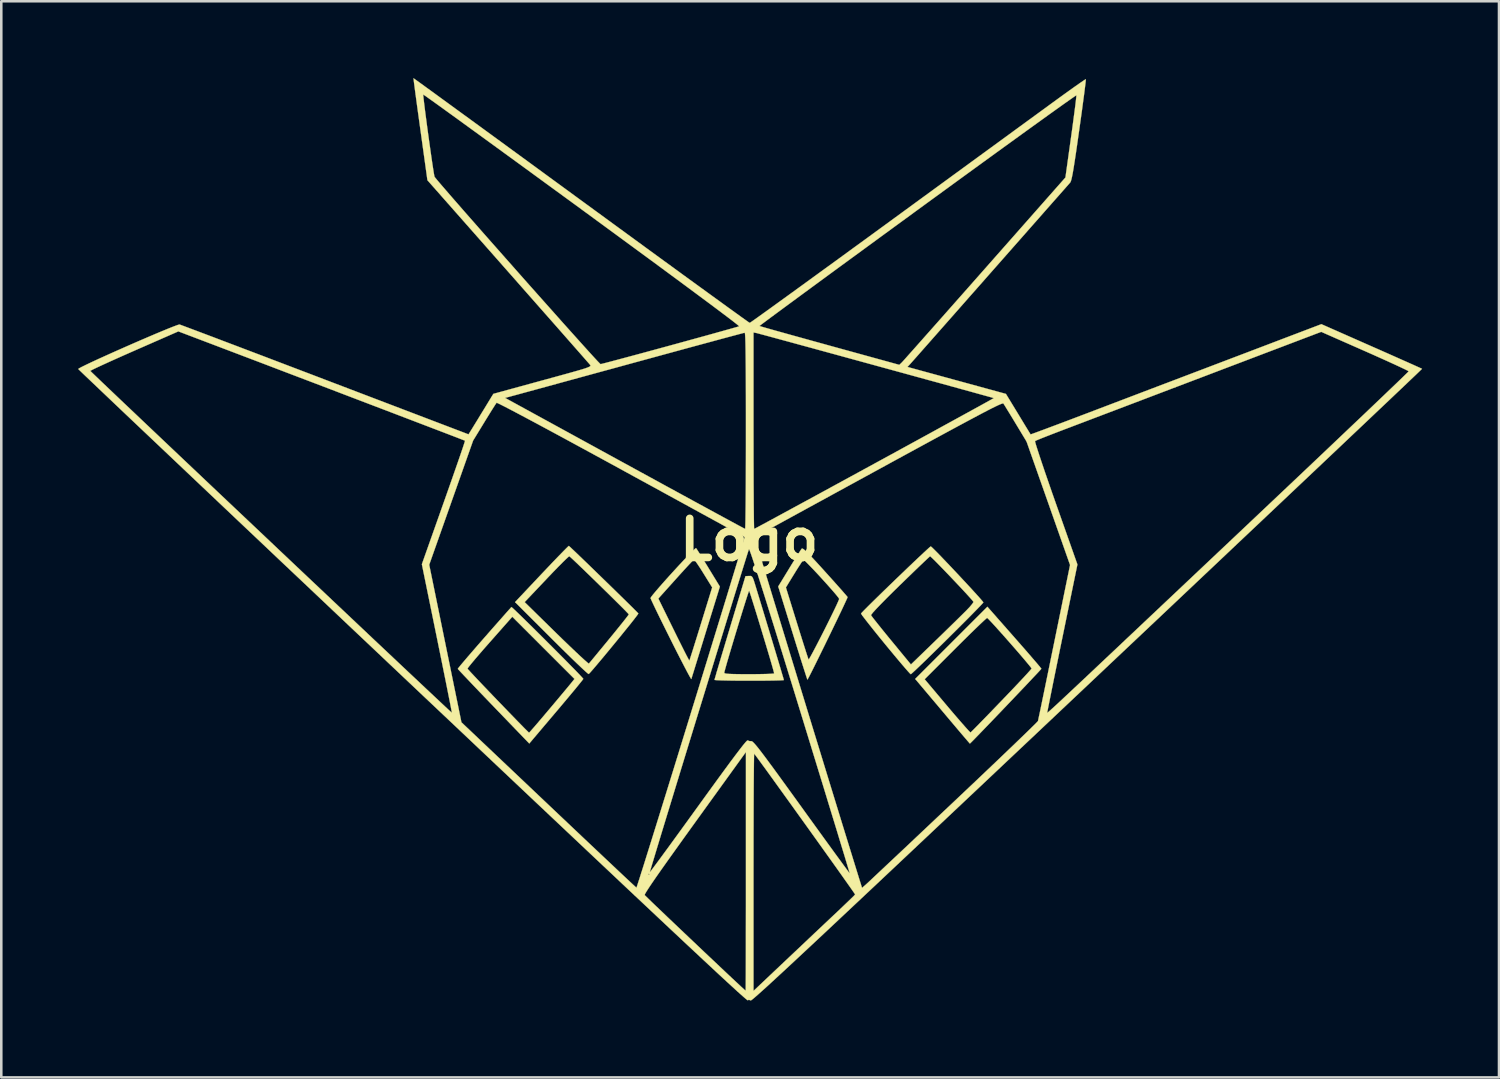
<source format=kicad_pcb>
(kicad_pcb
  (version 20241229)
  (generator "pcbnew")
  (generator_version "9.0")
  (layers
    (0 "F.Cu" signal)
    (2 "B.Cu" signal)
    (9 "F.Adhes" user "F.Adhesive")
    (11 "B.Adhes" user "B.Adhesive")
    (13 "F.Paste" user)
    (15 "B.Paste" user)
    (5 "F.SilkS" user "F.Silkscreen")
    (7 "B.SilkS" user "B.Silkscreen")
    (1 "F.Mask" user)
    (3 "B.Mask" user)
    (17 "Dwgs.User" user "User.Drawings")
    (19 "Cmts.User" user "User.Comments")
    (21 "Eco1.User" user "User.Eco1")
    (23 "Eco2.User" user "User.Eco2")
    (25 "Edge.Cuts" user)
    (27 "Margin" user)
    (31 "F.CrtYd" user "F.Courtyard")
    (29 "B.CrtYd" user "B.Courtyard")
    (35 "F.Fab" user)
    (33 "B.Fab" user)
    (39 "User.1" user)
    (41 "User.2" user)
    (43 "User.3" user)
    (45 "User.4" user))
  (footprint "Logo"
    (layer "F.Cu")
    (at 26.204 18.027)
    (property "Reference" "Logo" (at 0 0 0) (layer "F.SilkS") (effects (font (size 1.524 1.524) (thickness 0.3))))
    (attr through_hole)
    (fp_poly (pts (xy -2.043 0.37) (xy -1.975 0.476) (xy -1.878 0.632) (xy -1.758 0.826) (xy -1.622 1.046) (xy -1.593 1.095) (xy -1.144 1.829) (xy -1.695 3.613) (xy -1.81 3.987) (xy -1.917 4.335) (xy -2.015 4.65) (xy -2.1 4.925) (xy -2.169 5.149) (xy -2.221 5.315) (xy -2.251 5.414) (xy -2.259 5.44) (xy -2.281 5.412) (xy -2.335 5.317) (xy -2.42 5.161) (xy -2.53 4.951) (xy -2.662 4.696) (xy -2.812 4.404) (xy -2.975 4.081) (xy -3.063 3.905) (xy -3.232 3.566) (xy -3.389 3.249) (xy -3.53 2.963) (xy -3.65 2.716) (xy -3.745 2.516) (xy -3.813 2.371) (xy -3.845 2.295) (xy -3.547 2.295) (xy -2.948 3.513) (xy -2.803 3.808) (xy -2.669 4.076) (xy -2.552 4.31) (xy -2.456 4.499) (xy -2.385 4.634) (xy -2.344 4.708) (xy -2.337 4.719) (xy -2.321 4.678) (xy -2.284 4.564) (xy -2.228 4.389) (xy -2.156 4.16) (xy -2.071 3.887) (xy -1.975 3.579) (xy -1.884 3.285) (xy -1.445 1.861) (xy -1.786 1.31) (xy -1.905 1.12) (xy -2.011 0.961) (xy -2.093 0.843) (xy -2.145 0.779) (xy -2.158 0.771) (xy -2.193 0.804) (xy -2.277 0.893) (xy -2.401 1.026) (xy -2.557 1.196) (xy -2.737 1.394) (xy -2.867 1.539) (xy -3.547 2.295) (xy -3.845 2.295) (xy -3.848 2.29) (xy -3.852 2.276) (xy -3.825 2.229) (xy -3.749 2.132) (xy -3.633 1.993) (xy -3.485 1.822) (xy -3.314 1.628) (xy -3.127 1.419) (xy -2.933 1.206) (xy -2.74 0.996) (xy -2.557 0.8) (xy -2.392 0.626) (xy -2.253 0.483) (xy -2.149 0.381) (xy -2.087 0.329) (xy -2.075 0.324) (xy -2.043 0.37)) (stroke (width 0.01) (type solid)) (fill yes) (layer "F.SilkS"))
    (fp_poly (pts (xy -9.252 2.651) (xy -9.168 2.729) (xy -9.038 2.853) (xy -8.87 3.016) (xy -8.672 3.21) (xy -8.449 3.429) (xy -8.21 3.666) (xy -7.962 3.914) (xy -7.711 4.164) (xy -7.465 4.411) (xy -7.231 4.646) (xy -7.017 4.864) (xy -6.828 5.056) (xy -6.673 5.216) (xy -6.559 5.337) (xy -6.492 5.411) (xy -6.477 5.431) (xy -6.503 5.47) (xy -6.579 5.566) (xy -6.697 5.712) (xy -6.853 5.901) (xy -7.04 6.125) (xy -7.252 6.378) (xy -7.483 6.653) (xy -7.532 6.71) (xy -8.587 7.956) (xy -9.977 6.513) (xy -10.257 6.222) (xy -10.519 5.949) (xy -10.756 5.701) (xy -10.963 5.483) (xy -11.135 5.302) (xy -11.265 5.164) (xy -11.348 5.075) (xy -11.378 5.041) (xy -11.372 5.033) (xy -10.999 5.033) (xy -10.967 5.071) (xy -10.884 5.162) (xy -10.758 5.297) (xy -10.596 5.469) (xy -10.406 5.669) (xy -10.195 5.89) (xy -9.97 6.125) (xy -9.74 6.364) (xy -9.512 6.6) (xy -9.293 6.827) (xy -9.092 7.034) (xy -8.914 7.216) (xy -8.769 7.364) (xy -8.663 7.469) (xy -8.604 7.526) (xy -8.595 7.533) (xy -8.563 7.501) (xy -8.484 7.412) (xy -8.364 7.275) (xy -8.212 7.097) (xy -8.033 6.887) (xy -7.835 6.652) (xy -7.789 6.598) (xy -7.583 6.353) (xy -7.391 6.124) (xy -7.22 5.92) (xy -7.079 5.751) (xy -6.976 5.626) (xy -6.918 5.555) (xy -6.914 5.55) (xy -6.821 5.434) (xy -8.036 4.22) (xy -9.25 3.006) (xy -10.131 4.002) (xy -10.347 4.248) (xy -10.543 4.474) (xy -10.712 4.671) (xy -10.848 4.834) (xy -10.944 4.953) (xy -10.994 5.021) (xy -10.999 5.033) (xy -11.372 5.033) (xy -11.353 5.004) (xy -11.277 4.91) (xy -11.155 4.765) (xy -10.993 4.574) (xy -10.794 4.344) (xy -10.566 4.081) (xy -10.312 3.791) (xy -10.039 3.479) (xy -9.75 3.152) (xy -9.453 2.815) (xy -9.285 2.627) (xy -9.252 2.651)) (stroke (width 0.01) (type solid)) (fill yes) (layer "F.SilkS"))
    (fp_poly (pts (xy 2.122 0.366) (xy 2.193 0.424) (xy 2.295 0.523) (xy 2.434 0.667) (xy 2.615 0.861) (xy 2.844 1.112) (xy 2.967 1.249) (xy 3.183 1.488) (xy 3.38 1.708) (xy 3.551 1.9) (xy 3.689 2.057) (xy 3.786 2.169) (xy 3.837 2.23) (xy 3.843 2.238) (xy 3.827 2.281) (xy 3.778 2.389) (xy 3.702 2.554) (xy 3.602 2.766) (xy 3.483 3.014) (xy 3.35 3.291) (xy 3.208 3.585) (xy 3.061 3.888) (xy 2.914 4.19) (xy 2.771 4.48) (xy 2.638 4.751) (xy 2.519 4.991) (xy 2.418 5.192) (xy 2.341 5.343) (xy 2.291 5.436) (xy 2.275 5.461) (xy 2.259 5.422) (xy 2.222 5.31) (xy 2.165 5.133) (xy 2.09 4.9) (xy 2.001 4.618) (xy 1.9 4.295) (xy 1.789 3.94) (xy 1.697 3.642) (xy 1.146 1.861) (xy 1.434 1.861) (xy 1.864 3.248) (xy 1.966 3.576) (xy 2.061 3.879) (xy 2.146 4.147) (xy 2.217 4.37) (xy 2.272 4.539) (xy 2.307 4.644) (xy 2.319 4.676) (xy 2.342 4.649) (xy 2.397 4.556) (xy 2.477 4.409) (xy 2.578 4.218) (xy 2.694 3.995) (xy 2.82 3.749) (xy 2.95 3.493) (xy 3.078 3.237) (xy 3.199 2.991) (xy 3.308 2.768) (xy 3.4 2.576) (xy 3.467 2.428) (xy 3.506 2.335) (xy 3.514 2.308) (xy 3.487 2.263) (xy 3.412 2.168) (xy 3.298 2.033) (xy 3.156 1.871) (xy 2.994 1.69) (xy 2.823 1.501) (xy 2.651 1.314) (xy 2.488 1.141) (xy 2.343 0.991) (xy 2.227 0.874) (xy 2.149 0.801) (xy 2.118 0.782) (xy 2.084 0.825) (xy 2.015 0.926) (xy 1.92 1.073) (xy 1.808 1.252) (xy 1.758 1.333) (xy 1.434 1.861) (xy 1.146 1.861) (xy 1.134 1.824) (xy 1.568 1.113) (xy 1.704 0.89) (xy 1.828 0.691) (xy 1.933 0.526) (xy 2.009 0.408) (xy 2.05 0.349) (xy 2.052 0.347) (xy 2.077 0.342) (xy 2.122 0.366)) (stroke (width 0.01) (type solid)) (fill yes) (layer "F.SilkS"))
    (fp_poly (pts (xy 0.098 1.428) (xy 0.134 1.474) (xy 0.172 1.564) (xy 0.22 1.714) (xy 0.251 1.815) (xy 0.359 2.17) (xy 0.473 2.544) (xy 0.59 2.929) (xy 0.707 3.316) (xy 0.823 3.697) (xy 0.933 4.062) (xy 1.036 4.404) (xy 1.129 4.713) (xy 1.209 4.981) (xy 1.274 5.201) (xy 1.322 5.362) (xy 1.349 5.456) (xy 1.355 5.478) (xy 1.314 5.484) (xy 1.199 5.49) (xy 1.019 5.495) (xy 0.784 5.499) (xy 0.505 5.502) (xy 0.191 5.503) (xy 0 5.503) (xy -0.329 5.502) (xy -0.629 5.5) (xy -0.89 5.495) (xy -1.103 5.49) (xy -1.256 5.483) (xy -1.341 5.476) (xy -1.354 5.472) (xy -1.343 5.426) (xy -1.308 5.307) (xy -1.276 5.196) (xy -0.974 5.196) (xy -0.955 5.214) (xy -0.892 5.228) (xy -0.776 5.238) (xy -0.602 5.244) (xy -0.359 5.248) (xy -0.041 5.249) (xy 0 5.249) (xy 0.277 5.248) (xy 0.524 5.244) (xy 0.728 5.239) (xy 0.878 5.231) (xy 0.962 5.223) (xy 0.975 5.218) (xy 0.964 5.167) (xy 0.932 5.048) (xy 0.881 4.87) (xy 0.815 4.643) (xy 0.737 4.38) (xy 0.65 4.089) (xy 0.557 3.782) (xy 0.463 3.469) (xy 0.369 3.16) (xy 0.279 2.867) (xy 0.196 2.599) (xy 0.123 2.367) (xy 0.065 2.182) (xy 0.022 2.054) (xy 0.000095 1.994) (xy -0.002 1.99) (xy -0.019 2.029) (xy -0.056 2.138) (xy -0.111 2.308) (xy -0.18 2.527) (xy -0.261 2.785) (xy -0.349 3.072) (xy -0.442 3.376) (xy -0.537 3.688) (xy -0.63 3.997) (xy -0.718 4.292) (xy -0.798 4.562) (xy -0.867 4.798) (xy -0.921 4.989) (xy -0.958 5.124) (xy -0.974 5.192) (xy -0.974 5.196) (xy -1.276 5.196) (xy -1.255 5.123) (xy -1.183 4.881) (xy -1.097 4.59) (xy -0.997 4.257) (xy -0.887 3.891) (xy -0.769 3.498) (xy -0.749 3.43) (xy -0.144 1.421) (xy -0.009 1.414) (xy 0.053 1.413) (xy 0.098 1.428)) (stroke (width 0.01) (type solid)) (fill yes) (layer "F.SilkS"))
    (fp_poly (pts (xy 10.355 3.811) (xy 10.592 4.081) (xy 10.811 4.331) (xy 11.004 4.554) (xy 11.167 4.743) (xy 11.293 4.891) (xy 11.375 4.991) (xy 11.408 5.035) (xy 11.409 5.037) (xy 11.381 5.07) (xy 11.301 5.158) (xy 11.176 5.291) (xy 11.013 5.464) (xy 10.82 5.669) (xy 10.602 5.898) (xy 10.368 6.144) (xy 10.123 6.401) (xy 9.876 6.66) (xy 9.632 6.915) (xy 9.399 7.158) (xy 9.184 7.381) (xy 8.994 7.578) (xy 8.835 7.742) (xy 8.715 7.865) (xy 8.64 7.939) (xy 8.618 7.959) (xy 8.59 7.927) (xy 8.514 7.839) (xy 8.395 7.7) (xy 8.24 7.518) (xy 8.056 7.3) (xy 7.848 7.054) (xy 7.639 6.806) (xy 7.41 6.534) (xy 7.195 6.279) (xy 7.001 6.049) (xy 6.835 5.852) (xy 6.703 5.696) (xy 6.614 5.589) (xy 6.575 5.544) (xy 6.493 5.446) (xy 6.852 5.446) (xy 7.733 6.491) (xy 7.947 6.744) (xy 8.144 6.973) (xy 8.318 7.173) (xy 8.461 7.335) (xy 8.567 7.452) (xy 8.63 7.515) (xy 8.643 7.525) (xy 8.678 7.493) (xy 8.765 7.407) (xy 8.898 7.272) (xy 9.07 7.096) (xy 9.276 6.885) (xy 9.507 6.646) (xy 9.759 6.384) (xy 9.85 6.29) (xy 10.107 6.022) (xy 10.345 5.773) (xy 10.557 5.548) (xy 10.737 5.356) (xy 10.879 5.201) (xy 10.977 5.092) (xy 11.024 5.035) (xy 11.028 5.029) (xy 11.001 4.987) (xy 10.926 4.892) (xy 10.81 4.753) (xy 10.664 4.58) (xy 10.494 4.382) (xy 10.309 4.17) (xy 10.117 3.951) (xy 9.928 3.737) (xy 9.748 3.536) (xy 9.587 3.357) (xy 9.453 3.212) (xy 9.355 3.108) (xy 9.299 3.056) (xy 9.292 3.051) (xy 9.254 3.079) (xy 9.162 3.162) (xy 9.025 3.291) (xy 8.847 3.462) (xy 8.636 3.667) (xy 8.399 3.901) (xy 8.142 4.156) (xy 8.051 4.247) (xy 6.852 5.446) (xy 6.493 5.446) (xy 6.482 5.434) (xy 7.892 4.025) (xy 9.302 2.615) (xy 10.355 3.811)) (stroke (width 0.01) (type solid)) (fill yes) (layer "F.SilkS"))
    (fp_poly (pts (xy -7.008 0.269) (xy -6.92 0.351) (xy -6.787 0.477) (xy -6.616 0.641) (xy -6.414 0.835) (xy -6.19 1.052) (xy -5.95 1.285) (xy -5.702 1.526) (xy -5.453 1.768) (xy -5.212 2.003) (xy -4.985 2.225) (xy -4.78 2.426) (xy -4.604 2.599) (xy -4.466 2.737) (xy -4.371 2.832) (xy -4.329 2.876) (xy -4.328 2.879) (xy -4.35 2.917) (xy -4.421 3.011) (xy -4.53 3.152) (xy -4.672 3.331) (xy -4.84 3.538) (xy -5.024 3.766) (xy -5.22 4.005) (xy -5.418 4.246) (xy -5.611 4.48) (xy -5.793 4.698) (xy -5.956 4.891) (xy -6.092 5.051) (xy -6.194 5.168) (xy -6.256 5.233) (xy -6.268 5.243) (xy -6.306 5.217) (xy -6.398 5.137) (xy -6.537 5.008) (xy -6.718 4.836) (xy -6.934 4.628) (xy -7.18 4.388) (xy -7.449 4.123) (xy -7.727 3.846) (xy -9.142 2.434) (xy -8.768 2.434) (xy -7.528 3.65) (xy -7.26 3.911) (xy -7.011 4.151) (xy -6.786 4.365) (xy -6.593 4.546) (xy -6.438 4.688) (xy -6.327 4.786) (xy -6.267 4.832) (xy -6.259 4.835) (xy -6.225 4.796) (xy -6.145 4.699) (xy -6.026 4.555) (xy -5.874 4.37) (xy -5.696 4.155) (xy -5.5 3.917) (xy -5.465 3.873) (xy -5.268 3.633) (xy -5.09 3.413) (xy -4.937 3.223) (xy -4.817 3.071) (xy -4.736 2.966) (xy -4.701 2.916) (xy -4.7 2.914) (xy -4.729 2.879) (xy -4.811 2.794) (xy -4.937 2.665) (xy -5.101 2.502) (xy -5.294 2.311) (xy -5.507 2.101) (xy -5.733 1.88) (xy -5.963 1.655) (xy -6.19 1.434) (xy -6.405 1.226) (xy -6.6 1.038) (xy -6.768 0.877) (xy -6.9 0.753) (xy -6.989 0.672) (xy -7.024 0.644) (xy -7.062 0.67) (xy -7.149 0.751) (xy -7.279 0.878) (xy -7.445 1.045) (xy -7.638 1.243) (xy -7.851 1.466) (xy -7.914 1.533) (xy -8.768 2.434) (xy -9.142 2.434) (xy -8.104 1.333) (xy -7.864 1.08) (xy -7.643 0.847) (xy -7.446 0.643) (xy -7.281 0.473) (xy -7.154 0.344) (xy -7.072 0.264) (xy -7.042 0.239) (xy -7.008 0.269)) (stroke (width 0.01) (type solid)) (fill yes) (layer "F.SilkS"))
    (fp_poly (pts (xy 7.129 0.289) (xy 7.217 0.374) (xy 7.346 0.503) (xy 7.507 0.669) (xy 7.693 0.864) (xy 7.896 1.077) (xy 8.107 1.301) (xy 8.318 1.527) (xy 8.522 1.746) (xy 8.71 1.95) (xy 8.874 2.13) (xy 9.006 2.277) (xy 9.098 2.384) (xy 9.142 2.44) (xy 9.144 2.446) (xy 9.115 2.484) (xy 9.032 2.573) (xy 8.903 2.707) (xy 8.735 2.879) (xy 8.536 3.081) (xy 8.312 3.305) (xy 8.07 3.546) (xy 7.819 3.795) (xy 7.566 4.046) (xy 7.316 4.291) (xy 7.079 4.523) (xy 6.861 4.736) (xy 6.669 4.92) (xy 6.511 5.071) (xy 6.394 5.18) (xy 6.325 5.24) (xy 6.31 5.249) (xy 6.274 5.218) (xy 6.192 5.128) (xy 6.069 4.987) (xy 5.911 4.802) (xy 5.726 4.582) (xy 5.518 4.332) (xy 5.312 4.082) (xy 5.092 3.812) (xy 4.89 3.562) (xy 4.713 3.339) (xy 4.566 3.153) (xy 4.456 3.009) (xy 4.41 2.946) (xy 4.758 2.946) (xy 4.79 2.992) (xy 4.868 3.094) (xy 4.987 3.244) (xy 5.138 3.433) (xy 5.315 3.652) (xy 5.511 3.892) (xy 5.548 3.936) (xy 6.316 4.87) (xy 7.275 3.941) (xy 7.526 3.698) (xy 7.77 3.46) (xy 7.998 3.237) (xy 8.199 3.04) (xy 8.362 2.879) (xy 8.478 2.763) (xy 8.503 2.738) (xy 8.621 2.613) (xy 8.708 2.508) (xy 8.754 2.439) (xy 8.757 2.423) (xy 8.723 2.377) (xy 8.64 2.282) (xy 8.517 2.146) (xy 8.364 1.98) (xy 8.188 1.792) (xy 7.999 1.592) (xy 7.807 1.39) (xy 7.619 1.194) (xy 7.444 1.014) (xy 7.293 0.86) (xy 7.173 0.741) (xy 7.093 0.666) (xy 7.064 0.644) (xy 7.027 0.676) (xy 6.936 0.76) (xy 6.799 0.89) (xy 6.621 1.059) (xy 6.411 1.262) (xy 6.174 1.491) (xy 5.918 1.74) (xy 5.883 1.773) (xy 5.596 2.055) (xy 5.343 2.307) (xy 5.129 2.525) (xy 4.959 2.702) (xy 4.838 2.835) (xy 4.771 2.919) (xy 4.758 2.946) (xy 4.41 2.946) (xy 4.388 2.916) (xy 4.368 2.881) (xy 4.402 2.841) (xy 4.49 2.75) (xy 4.623 2.616) (xy 4.794 2.447) (xy 4.996 2.249) (xy 5.221 2.029) (xy 5.462 1.796) (xy 5.711 1.555) (xy 5.961 1.316) (xy 6.203 1.083) (xy 6.431 0.866) (xy 6.637 0.671) (xy 6.813 0.506) (xy 6.953 0.377) (xy 7.047 0.292) (xy 7.09 0.259) (xy 7.091 0.258) (xy 7.129 0.289)) (stroke (width 0.01) (type solid)) (fill yes) (layer "F.SilkS"))
    (fp_poly (pts (xy -13.073 -17.998) (xy -12.973 -17.927) (xy -12.812 -17.811) (xy -12.592 -17.651) (xy -12.317 -17.452) (xy -11.991 -17.214) (xy -11.616 -16.941) (xy -11.196 -16.635) (xy -10.734 -16.299) (xy -10.234 -15.934) (xy -9.698 -15.543) (xy -9.13 -15.128) (xy -8.534 -14.693) (xy -7.913 -14.239) (xy -7.27 -13.769) (xy -6.608 -13.285) (xy -6.56 -13.25) (xy -5.896 -12.765) (xy -5.25 -12.293) (xy -4.626 -11.838) (xy -4.027 -11.4) (xy -3.456 -10.984) (xy -2.916 -10.591) (xy -2.411 -10.223) (xy -1.944 -9.884) (xy -1.518 -9.575) (xy -1.137 -9.299) (xy -0.805 -9.058) (xy -0.523 -8.855) (xy -0.297 -8.692) (xy -0.128 -8.572) (xy -0.021 -8.496) (xy 0.021 -8.469) (xy 0.021 -8.468) (xy 0.06 -8.493) (xy 0.163 -8.565) (xy 0.327 -8.681) (xy 0.548 -8.84) (xy 0.823 -9.037) (xy 1.148 -9.272) (xy 1.519 -9.54) (xy 1.933 -9.84) (xy 2.385 -10.168) (xy 2.873 -10.523) (xy 3.393 -10.9) (xy 3.94 -11.299) (xy 4.512 -11.715) (xy 5.104 -12.147) (xy 5.461 -12.407) (xy 6.085 -12.863) (xy 6.703 -13.314) (xy 7.31 -13.757) (xy 7.903 -14.19) (xy 8.476 -14.608) (xy 9.024 -15.008) (xy 9.543 -15.386) (xy 10.028 -15.74) (xy 10.474 -16.066) (xy 10.877 -16.36) (xy 11.231 -16.618) (xy 11.533 -16.838) (xy 11.776 -17.016) (xy 11.958 -17.148) (xy 11.993 -17.174) (xy 12.265 -17.371) (xy 12.514 -17.55) (xy 12.733 -17.706) (xy 12.913 -17.832) (xy 13.047 -17.924) (xy 13.127 -17.975) (xy 13.146 -17.983) (xy 13.144 -17.939) (xy 13.131 -17.819) (xy 13.108 -17.632) (xy 13.077 -17.386) (xy 13.037 -17.089) (xy 12.992 -16.75) (xy 12.94 -16.377) (xy 12.887 -15.999) (xy 12.819 -15.52) (xy 12.761 -15.118) (xy 12.711 -14.788) (xy 12.669 -14.522) (xy 12.634 -14.316) (xy 12.603 -14.161) (xy 12.577 -14.053) (xy 12.555 -13.984) (xy 12.535 -13.949) (xy 12.497 -13.906) (xy 12.407 -13.804) (xy 12.269 -13.647) (xy 12.086 -13.439) (xy 11.861 -13.185) (xy 11.599 -12.888) (xy 11.304 -12.552) (xy 10.978 -12.183) (xy 10.627 -11.784) (xy 10.252 -11.359) (xy 9.859 -10.913) (xy 9.451 -10.45) (xy 9.419 -10.414) (xy 9.01 -9.949) (xy 8.614 -9.501) (xy 8.237 -9.073) (xy 7.882 -8.67) (xy 7.552 -8.296) (xy 7.252 -7.956) (xy 6.986 -7.654) (xy 6.756 -7.394) (xy 6.567 -7.179) (xy 6.422 -7.016) (xy 6.325 -6.907) (xy 6.281 -6.857) (xy 6.28 -6.856) (xy 6.181 -6.748) (xy 10.026 -5.696) (xy 10.503 -4.912) (xy 10.643 -4.681) (xy 10.767 -4.476) (xy 10.87 -4.308) (xy 10.944 -4.186) (xy 10.983 -4.122) (xy 10.988 -4.115) (xy 11.028 -4.127) (xy 11.14 -4.167) (xy 11.316 -4.232) (xy 11.551 -4.319) (xy 11.836 -4.426) (xy 12.165 -4.549) (xy 12.53 -4.687) (xy 12.925 -4.837) (xy 13.213 -4.946) (xy 13.707 -5.134) (xy 14.243 -5.338) (xy 14.803 -5.551) (xy 15.37 -5.767) (xy 15.927 -5.979) (xy 16.455 -6.179) (xy 16.936 -6.362) (xy 17.293 -6.498) (xy 17.749 -6.671) (xy 18.248 -6.861) (xy 18.769 -7.059) (xy 19.293 -7.258) (xy 19.8 -7.451) (xy 20.271 -7.63) (xy 20.685 -7.788) (xy 20.75 -7.813) (xy 22.344 -8.419) (xy 24.302 -7.554) (xy 24.684 -7.386) (xy 25.042 -7.227) (xy 25.368 -7.082) (xy 25.656 -6.954) (xy 25.897 -6.847) (xy 26.085 -6.762) (xy 26.212 -6.705) (xy 26.271 -6.677) (xy 26.274 -6.676) (xy 26.244 -6.646) (xy 26.155 -6.56) (xy 26.009 -6.42) (xy 25.806 -6.227) (xy 25.551 -5.984) (xy 25.243 -5.692) (xy 24.886 -5.353) (xy 24.481 -4.97) (xy 24.031 -4.543) (xy 23.537 -4.076) (xy 23.002 -3.569) (xy 22.427 -3.025) (xy 21.814 -2.445) (xy 21.165 -1.832) (xy 20.483 -1.187) (xy 19.77 -0.513) (xy 19.026 0.189) (xy 18.256 0.918) (xy 17.459 1.67) (xy 16.639 2.445) (xy 15.797 3.24) (xy 14.936 4.053) (xy 14.056 4.883) (xy 13.204 5.688) (xy 12.105 6.725) (xy 11.066 7.706) (xy 10.085 8.631) (xy 9.162 9.502) (xy 8.294 10.32) (xy 7.479 11.088) (xy 6.717 11.806) (xy 6.006 12.476) (xy 5.343 13.1) (xy 4.729 13.678) (xy 4.16 14.212) (xy 3.636 14.704) (xy 3.156 15.155) (xy 2.716 15.567) (xy 2.317 15.94) (xy 1.956 16.277) (xy 1.632 16.579) (xy 1.343 16.847) (xy 1.088 17.082) (xy 0.866 17.287) (xy 0.674 17.463) (xy 0.511 17.61) (xy 0.376 17.731) (xy 0.267 17.827) (xy 0.183 17.9) (xy 0.121 17.95) (xy 0.082 17.979) (xy 0.062 17.989) (xy 0.06 17.988) (xy -0.014 17.962) (xy -0.054 17.983) (xy -0.073 17.973) (xy -0.123 17.934) (xy -0.204 17.864) (xy -0.318 17.763) (xy -0.467 17.63) (xy -0.65 17.462) (xy -0.871 17.26) (xy -1.129 17.021) (xy -1.426 16.745) (xy -1.764 16.43) (xy -2.144 16.075) (xy -2.566 15.68) (xy -3.033 15.242) (xy -3.545 14.761) (xy -4.104 14.235) (xy -4.49 13.872) (xy -4.081 13.872) (xy -4.08 13.874) (xy -4.045 13.91) (xy -3.955 13.998) (xy -3.817 14.132) (xy -3.637 14.305) (xy -3.42 14.511) (xy -3.175 14.746) (xy -2.905 15.002) (xy -2.619 15.274) (xy -2.322 15.556) (xy -2.02 15.842) (xy -1.721 16.126) (xy -1.429 16.401) (xy -1.152 16.663) (xy -0.896 16.905) (xy -0.666 17.121) (xy -0.47 17.304) (xy -0.314 17.45) (xy -0.203 17.552) (xy -0.145 17.605) (xy -0.138 17.611) (xy -0.136 17.569) (xy -0.135 17.448) (xy -0.134 17.254) (xy -0.132 16.991) (xy -0.131 16.665) (xy -0.13 16.281) (xy -0.129 15.845) (xy -0.129 15.362) (xy -0.128 14.838) (xy -0.127 14.278) (xy -0.127 13.687) (xy -0.127 13.07) (xy -0.127 12.971) (xy 0.169 12.971) (xy 0.169 17.617) (xy 1.238 16.605) (xy 1.545 16.315) (xy 1.882 15.997) (xy 2.231 15.667) (xy 2.574 15.342) (xy 2.895 15.04) (xy 3.175 14.776) (xy 3.217 14.736) (xy 3.448 14.519) (xy 3.658 14.319) (xy 3.839 14.146) (xy 3.984 14.006) (xy 4.085 13.907) (xy 4.134 13.855) (xy 4.137 13.851) (xy 4.114 13.814) (xy 4.046 13.715) (xy 3.938 13.56) (xy 3.793 13.356) (xy 3.618 13.107) (xy 3.415 12.822) (xy 3.19 12.506) (xy 2.946 12.165) (xy 2.69 11.806) (xy 2.425 11.436) (xy 2.155 11.059) (xy 1.885 10.684) (xy 1.621 10.315) (xy 1.365 9.96) (xy 1.123 9.624) (xy 0.9 9.314) (xy 0.699 9.036) (xy 0.525 8.797) (xy 0.384 8.603) (xy 0.278 8.46) (xy 0.214 8.374) (xy 0.196 8.352) (xy 0.192 8.39) (xy 0.189 8.507) (xy 0.186 8.698) (xy 0.183 8.958) (xy 0.18 9.281) (xy 0.177 9.661) (xy 0.175 10.094) (xy 0.173 10.575) (xy 0.172 11.096) (xy 0.17 11.655) (xy 0.17 12.244) (xy 0.169 12.859) (xy 0.169 12.971) (xy -0.127 12.971) (xy -0.127 12.949) (xy -0.127 8.288) (xy -2.122 11.052) (xy -2.519 11.603) (xy -2.866 12.088) (xy -3.167 12.509) (xy -3.422 12.869) (xy -3.633 13.17) (xy -3.801 13.415) (xy -3.928 13.605) (xy -4.016 13.743) (xy -4.067 13.831) (xy -4.081 13.872) (xy -4.49 13.872) (xy -4.712 13.664) (xy -5.368 13.045) (xy -6.075 12.379) (xy -6.834 11.663) (xy -7.646 10.897) (xy -8.513 10.079) (xy -9.435 9.208) (xy -10.414 8.283) (xy -11.451 7.302) (xy -12.548 6.266) (xy -13.145 5.701) (xy -14.038 4.857) (xy -14.914 4.028) (xy -15.774 3.216) (xy -16.613 2.421) (xy -17.431 1.647) (xy -18.226 0.896) (xy -18.994 0.168) (xy -19.735 -0.533) (xy -20.447 -1.207) (xy -21.127 -1.851) (xy -21.773 -2.463) (xy -22.383 -3.041) (xy -22.956 -3.584) (xy -23.489 -4.089) (xy -23.981 -4.555) (xy -24.429 -4.98) (xy -24.831 -5.362) (xy -25.185 -5.699) (xy -25.49 -5.989) (xy -25.743 -6.23) (xy -25.943 -6.42) (xy -26.086 -6.558) (xy -26.124 -6.594) (xy -25.727 -6.594) (xy -25.696 -6.562) (xy -25.607 -6.476) (xy -25.462 -6.337) (xy -25.267 -6.15) (xy -25.023 -5.918) (xy -24.734 -5.643) (xy -24.404 -5.329) (xy -24.035 -4.98) (xy -23.632 -4.597) (xy -23.196 -4.184) (xy -22.733 -3.745) (xy -22.244 -3.282) (xy -21.734 -2.799) (xy -21.206 -2.299) (xy -20.662 -1.784) (xy -20.107 -1.259) (xy -19.543 -0.726) (xy -18.974 -0.188) (xy -18.404 0.352) (xy -17.835 0.89) (xy -17.271 1.423) (xy -16.715 1.948) (xy -16.17 2.463) (xy -15.64 2.963) (xy -15.129 3.446) (xy -14.639 3.909) (xy -14.173 4.348) (xy -13.736 4.76) (xy -13.33 5.143) (xy -12.958 5.492) (xy -12.625 5.806) (xy -12.333 6.08) (xy -12.086 6.312) (xy -11.887 6.499) (xy -11.739 6.637) (xy -11.645 6.723) (xy -11.61 6.755) (xy -11.609 6.755) (xy -11.616 6.713) (xy -11.638 6.594) (xy -11.674 6.406) (xy -11.724 6.155) (xy -11.785 5.848) (xy -11.856 5.491) (xy -11.937 5.092) (xy -12.025 4.656) (xy -12.12 4.191) (xy -12.189 3.85) (xy -12.777 0.975) (xy -12.494 0.975) (xy -11.865 4.051) (xy -11.236 7.127) (xy -7.83 10.355) (xy -7.378 10.783) (xy -6.943 11.195) (xy -6.529 11.587) (xy -6.14 11.954) (xy -5.78 12.294) (xy -5.453 12.602) (xy -5.163 12.876) (xy -4.914 13.11) (xy -4.709 13.302) (xy -4.553 13.447) (xy -4.45 13.543) (xy -4.404 13.584) (xy -4.402 13.586) (xy -4.387 13.546) (xy -4.349 13.43) (xy -4.288 13.241) (xy -4.231 13.06) (xy -3.937 13.06) (xy -3.916 13.081) (xy -3.895 13.06) (xy -3.916 13.039) (xy -3.937 13.06) (xy -4.231 13.06) (xy -4.207 12.984) (xy -4.206 12.982) (xy -3.881 12.982) (xy -3.854 12.951) (xy -3.782 12.857) (xy -3.668 12.704) (xy -3.516 12.499) (xy -3.33 12.245) (xy -3.113 11.949) (xy -2.871 11.616) (xy -2.606 11.251) (xy -2.322 10.859) (xy -2.023 10.446) (xy -1.987 10.396) (xy -1.604 9.866) (xy -1.268 9.403) (xy -0.977 9.005) (xy -0.73 8.669) (xy -0.524 8.394) (xy -0.358 8.176) (xy -0.231 8.013) (xy -0.14 7.904) (xy -0.083 7.845) (xy -0.061 7.834) (xy 0.019 7.863) (xy 0.084 7.864) (xy 0.108 7.87) (xy 0.142 7.894) (xy 0.191 7.942) (xy 0.258 8.017) (xy 0.345 8.123) (xy 0.456 8.266) (xy 0.595 8.449) (xy 0.764 8.677) (xy 0.968 8.953) (xy 1.208 9.283) (xy 1.489 9.671) (xy 1.814 10.12) (xy 2.047 10.443) (xy 2.346 10.858) (xy 2.631 11.252) (xy 2.897 11.62) (xy 3.141 11.956) (xy 3.359 12.256) (xy 3.548 12.514) (xy 3.702 12.725) (xy 3.819 12.884) (xy 3.894 12.985) (xy 3.925 13.022) (xy 3.925 13.022) (xy 3.914 12.982) (xy 3.879 12.864) (xy 3.822 12.674) (xy 3.745 12.416) (xy 3.647 12.095) (xy 3.531 11.715) (xy 3.399 11.279) (xy 3.25 10.793) (xy 3.087 10.26) (xy 2.912 9.686) (xy 2.724 9.074) (xy 2.526 8.429) (xy 2.319 7.754) (xy 2.105 7.055) (xy 1.98 6.649) (xy 1.691 5.709) (xy 1.425 4.848) (xy 1.183 4.066) (xy 0.965 3.362) (xy 0.769 2.736) (xy 0.597 2.185) (xy 0.446 1.709) (xy 0.318 1.306) (xy 0.211 0.977) (xy 0.126 0.719) (xy 0.062 0.532) (xy 0.018 0.415) (xy -0.005 0.366) (xy -0.008 0.366) (xy -0.028 0.423) (xy -0.07 0.554) (xy -0.133 0.755) (xy -0.216 1.02) (xy -0.316 1.343) (xy -0.433 1.72) (xy -0.565 2.144) (xy -0.709 2.612) (xy -0.865 3.116) (xy -1.03 3.653) (xy -1.204 4.217) (xy -1.384 4.802) (xy -1.569 5.404) (xy -1.757 6.016) (xy -1.947 6.634) (xy -2.137 7.252) (xy -2.325 7.866) (xy -2.51 8.469) (xy -2.69 9.057) (xy -2.863 9.623) (xy -3.028 10.164) (xy -3.184 10.673) (xy -3.328 11.145) (xy -3.459 11.575) (xy -3.575 11.958) (xy -3.675 12.289) (xy -3.757 12.561) (xy -3.82 12.77) (xy -3.861 12.91) (xy -3.88 12.977) (xy -3.881 12.982) (xy -4.206 12.982) (xy -4.105 12.663) (xy -3.986 12.281) (xy -3.849 11.844) (xy -3.696 11.354) (xy -3.529 10.817) (xy -3.349 10.237) (xy -3.157 9.617) (xy -2.954 8.963) (xy -2.742 8.277) (xy -2.522 7.564) (xy -2.295 6.829) (xy -2.271 6.749) (xy -2.043 6.011) (xy -1.823 5.296) (xy -1.611 4.607) (xy -1.409 3.948) (xy -1.217 3.323) (xy -1.037 2.737) (xy -0.871 2.195) (xy -0.72 1.699) (xy -0.584 1.254) (xy -0.466 0.865) (xy -0.366 0.535) (xy -0.286 0.27) (xy -0.226 0.072) (xy -0.189 -0.054) (xy -0.177 -0.102) (xy 0.216 -0.102) (xy 0.227 -0.061) (xy 0.261 0.056) (xy 0.317 0.244) (xy 0.393 0.497) (xy 0.488 0.811) (xy 0.6 1.182) (xy 0.728 1.602) (xy 0.87 2.069) (xy 1.025 2.577) (xy 1.19 3.12) (xy 1.365 3.693) (xy 1.548 4.293) (xy 1.738 4.913) (xy 1.932 5.548) (xy 2.13 6.195) (xy 2.329 6.846) (xy 2.529 7.499) (xy 2.728 8.146) (xy 2.924 8.785) (xy 3.115 9.408) (xy 3.301 10.012) (xy 3.479 10.592) (xy 3.648 11.142) (xy 3.807 11.657) (xy 3.954 12.132) (xy 4.087 12.563) (xy 4.205 12.944) (xy 4.284 13.2) (xy 4.407 13.594) (xy 4.56 13.46) (xy 4.611 13.413) (xy 4.72 13.312) (xy 4.881 13.16) (xy 5.091 12.963) (xy 5.346 12.723) (xy 5.641 12.446) (xy 5.973 12.134) (xy 6.336 11.792) (xy 6.726 11.423) (xy 7.14 11.033) (xy 7.573 10.624) (xy 7.985 10.236) (xy 8.429 9.816) (xy 8.856 9.412) (xy 9.261 9.027) (xy 9.641 8.666) (xy 9.991 8.331) (xy 10.308 8.028) (xy 10.587 7.759) (xy 10.825 7.529) (xy 11.016 7.342) (xy 11.159 7.202) (xy 11.247 7.112) (xy 11.278 7.076) (xy 11.289 7.024) (xy 11.316 6.896) (xy 11.358 6.698) (xy 11.412 6.437) (xy 11.477 6.121) (xy 11.553 5.755) (xy 11.637 5.346) (xy 11.728 4.902) (xy 11.825 4.428) (xy 11.914 3.995) (xy 12.53 0.985) (xy 11.682 -1.423) (xy 10.833 -3.831) (xy 10.82 -3.854) (xy 11.162 -3.854) (xy 11.17 -3.809) (xy 11.203 -3.692) (xy 11.261 -3.508) (xy 11.34 -3.266) (xy 11.438 -2.973) (xy 11.552 -2.635) (xy 11.682 -2.259) (xy 11.823 -1.852) (xy 11.972 -1.428) (xy 12.817 0.965) (xy 12.231 3.816) (xy 12.132 4.296) (xy 12.039 4.752) (xy 11.952 5.178) (xy 11.873 5.566) (xy 11.804 5.909) (xy 11.745 6.202) (xy 11.698 6.436) (xy 11.665 6.605) (xy 11.646 6.703) (xy 11.643 6.724) (xy 11.641 6.732) (xy 11.638 6.741) (xy 11.636 6.749) (xy 11.637 6.754) (xy 11.643 6.752) (xy 11.657 6.744) (xy 11.681 6.725) (xy 11.717 6.695) (xy 11.767 6.651) (xy 11.834 6.59) (xy 11.92 6.512) (xy 12.028 6.413) (xy 12.158 6.292) (xy 12.314 6.146) (xy 12.499 5.973) (xy 12.713 5.772) (xy 12.96 5.54) (xy 13.242 5.275) (xy 13.56 4.975) (xy 13.918 4.637) (xy 14.318 4.261) (xy 14.761 3.842) (xy 15.25 3.381) (xy 15.788 2.873) (xy 16.376 2.318) (xy 17.017 1.713) (xy 17.713 1.056) (xy 18.467 0.344) (xy 19.177 -0.326) (xy 19.809 -0.923) (xy 20.424 -1.505) (xy 21.02 -2.068) (xy 21.594 -2.611) (xy 22.143 -3.131) (xy 22.664 -3.625) (xy 23.154 -4.091) (xy 23.611 -4.525) (xy 24.032 -4.924) (xy 24.413 -5.288) (xy 24.753 -5.612) (xy 25.047 -5.894) (xy 25.295 -6.131) (xy 25.491 -6.32) (xy 25.635 -6.46) (xy 25.723 -6.547) (xy 25.752 -6.579) (xy 25.713 -6.603) (xy 25.604 -6.658) (xy 25.433 -6.739) (xy 25.209 -6.843) (xy 24.938 -6.967) (xy 24.629 -7.106) (xy 24.29 -7.258) (xy 24.041 -7.368) (xy 22.338 -8.119) (xy 22.08 -8.022) (xy 22.006 -7.993) (xy 21.857 -7.937) (xy 21.641 -7.855) (xy 21.363 -7.749) (xy 21.028 -7.622) (xy 20.642 -7.475) (xy 20.211 -7.312) (xy 19.741 -7.133) (xy 19.237 -6.941) (xy 18.704 -6.739) (xy 18.15 -6.528) (xy 17.738 -6.371) (xy 17.145 -6.146) (xy 16.552 -5.921) (xy 15.969 -5.699) (xy 15.401 -5.483) (xy 14.856 -5.276) (xy 14.343 -5.081) (xy 13.868 -4.901) (xy 13.439 -4.738) (xy 13.063 -4.595) (xy 12.749 -4.476) (xy 12.503 -4.382) (xy 12.425 -4.353) (xy 12.12 -4.237) (xy 11.84 -4.129) (xy 11.596 -4.034) (xy 11.397 -3.955) (xy 11.253 -3.896) (xy 11.174 -3.861) (xy 11.162 -3.854) (xy 10.82 -3.854) (xy 10.404 -4.543) (xy 10.269 -4.767) (xy 10.146 -4.968) (xy 10.043 -5.135) (xy 9.969 -5.256) (xy 9.929 -5.317) (xy 9.927 -5.32) (xy 9.912 -5.324) (xy 9.878 -5.318) (xy 9.823 -5.298) (xy 9.741 -5.263) (xy 9.631 -5.211) (xy 9.488 -5.141) (xy 9.308 -5.049) (xy 9.089 -4.935) (xy 8.826 -4.795) (xy 8.516 -4.63) (xy 8.155 -4.436) (xy 7.74 -4.212) (xy 7.268 -3.956) (xy 6.733 -3.665) (xy 6.134 -3.339) (xy 5.466 -2.975) (xy 5.057 -2.751) (xy 4.464 -2.427) (xy 3.892 -2.115) (xy 3.345 -1.816) (xy 2.828 -1.533) (xy 2.344 -1.269) (xy 1.898 -1.025) (xy 1.496 -0.805) (xy 1.14 -0.61) (xy 0.835 -0.443) (xy 0.586 -0.306) (xy 0.398 -0.203) (xy 0.274 -0.134) (xy 0.218 -0.103) (xy 0.216 -0.102) (xy -0.177 -0.102) (xy -0.176 -0.104) (xy -0.176 -0.104) (xy -0.214 -0.126) (xy -0.322 -0.186) (xy -0.496 -0.281) (xy -0.731 -0.41) (xy -1.022 -0.57) (xy -1.366 -0.759) (xy -1.758 -0.973) (xy -2.194 -1.212) (xy -2.668 -1.472) (xy -3.178 -1.751) (xy -3.718 -2.047) (xy -4.284 -2.356) (xy -4.872 -2.678) (xy -5.008 -2.753) (xy -5.651 -3.104) (xy -6.261 -3.436) (xy -6.837 -3.749) (xy -7.373 -4.04) (xy -7.868 -4.307) (xy -8.316 -4.548) (xy -8.715 -4.761) (xy -9.06 -4.944) (xy -9.349 -5.096) (xy -9.577 -5.214) (xy -9.741 -5.297) (xy -9.838 -5.342) (xy -9.863 -5.351) (xy -9.896 -5.304) (xy -9.965 -5.197) (xy -10.064 -5.041) (xy -10.184 -4.847) (xy -10.319 -4.628) (xy -10.34 -4.593) (xy -10.78 -3.873) (xy -11.637 -1.449) (xy -12.494 0.975) (xy -12.777 0.975) (xy -12.781 0.955) (xy -11.93 -1.449) (xy -11.778 -1.879) (xy -11.635 -2.286) (xy -11.504 -2.661) (xy -11.387 -2.997) (xy -11.286 -3.289) (xy -11.204 -3.529) (xy -11.144 -3.71) (xy -11.107 -3.826) (xy -11.096 -3.868) (xy -11.096 -3.868) (xy -11.136 -3.885) (xy -11.251 -3.929) (xy -11.433 -4) (xy -11.679 -4.094) (xy -11.983 -4.211) (xy -12.339 -4.347) (xy -12.742 -4.501) (xy -13.187 -4.671) (xy -13.669 -4.855) (xy -14.181 -5.051) (xy -14.72 -5.256) (xy -15.278 -5.469) (xy -15.852 -5.688) (xy -16.435 -5.911) (xy -17.023 -6.135) (xy -17.61 -6.358) (xy -18.191 -6.579) (xy -18.759 -6.796) (xy -19.311 -7.006) (xy -19.841 -7.207) (xy -20.343 -7.398) (xy -20.812 -7.576) (xy -21.231 -7.735) (xy -22.29 -8.137) (xy -24.014 -7.381) (xy -24.37 -7.224) (xy -24.702 -7.076) (xy -25 -6.942) (xy -25.258 -6.824) (xy -25.467 -6.727) (xy -25.619 -6.654) (xy -25.708 -6.608) (xy -25.727 -6.594) (xy -26.124 -6.594) (xy -26.172 -6.641) (xy -26.199 -6.668) (xy -26.165 -6.694) (xy -26.062 -6.75) (xy -25.899 -6.83) (xy -25.685 -6.932) (xy -25.428 -7.051) (xy -25.137 -7.183) (xy -24.822 -7.325) (xy -24.49 -7.472) (xy -24.152 -7.621) (xy -23.815 -7.768) (xy -23.489 -7.908) (xy -23.182 -8.039) (xy -22.904 -8.155) (xy -22.663 -8.254) (xy -22.468 -8.331) (xy -22.328 -8.383) (xy -22.252 -8.405) (xy -22.243 -8.405) (xy -22.194 -8.388) (xy -22.07 -8.342) (xy -21.876 -8.269) (xy -21.617 -8.172) (xy -21.297 -8.051) (xy -20.92 -7.909) (xy -20.492 -7.746) (xy -20.016 -7.566) (xy -19.498 -7.369) (xy -18.941 -7.158) (xy -18.351 -6.933) (xy -17.731 -6.697) (xy -17.087 -6.452) (xy -16.558 -6.25) (xy -10.959 -4.116) (xy -10.863 -4.27) (xy -10.809 -4.357) (xy -10.721 -4.501) (xy -10.607 -4.686) (xy -10.479 -4.897) (xy -10.378 -5.061) (xy -10.086 -5.54) (xy -9.533 -5.54) (xy -4.862 -2.983) (xy -4.279 -2.664) (xy -3.716 -2.357) (xy -3.179 -2.063) (xy -2.67 -1.786) (xy -2.196 -1.527) (xy -1.76 -1.29) (xy -1.367 -1.076) (xy -1.021 -0.888) (xy -0.727 -0.729) (xy -0.49 -0.6) (xy -0.313 -0.505) (xy -0.201 -0.446) (xy -0.159 -0.425) (xy -0.159 -0.425) (xy -0.154 -0.466) (xy -0.15 -0.586) (xy -0.145 -0.778) (xy -0.142 -1.038) (xy -0.138 -1.358) (xy -0.135 -1.733) (xy -0.132 -2.157) (xy -0.13 -2.624) (xy -0.128 -3.128) (xy -0.127 -3.663) (xy -0.127 -4.224) (xy -0.127 -4.255) (xy -0.127 -4.26) (xy 0.169 -4.26) (xy 0.17 -3.698) (xy 0.17 -3.161) (xy 0.172 -2.654) (xy 0.173 -2.185) (xy 0.176 -1.758) (xy 0.178 -1.379) (xy 0.181 -1.055) (xy 0.184 -0.792) (xy 0.188 -0.594) (xy 0.191 -0.47) (xy 0.195 -0.423) (xy 0.195 -0.423) (xy 0.235 -0.443) (xy 0.345 -0.501) (xy 0.519 -0.595) (xy 0.755 -0.722) (xy 1.047 -0.88) (xy 1.391 -1.067) (xy 1.783 -1.28) (xy 2.218 -1.516) (xy 2.691 -1.773) (xy 3.198 -2.05) (xy 3.735 -2.342) (xy 4.297 -2.649) (xy 4.88 -2.967) (xy 4.891 -2.973) (xy 5.474 -3.291) (xy 6.035 -3.598) (xy 6.571 -3.891) (xy 7.077 -4.168) (xy 7.548 -4.427) (xy 7.981 -4.664) (xy 8.371 -4.878) (xy 8.713 -5.066) (xy 9.003 -5.225) (xy 9.236 -5.354) (xy 9.408 -5.45) (xy 9.515 -5.51) (xy 9.553 -5.532) (xy 9.553 -5.532) (xy 9.511 -5.545) (xy 9.395 -5.578) (xy 9.209 -5.629) (xy 8.96 -5.698) (xy 8.655 -5.783) (xy 8.299 -5.881) (xy 7.899 -5.991) (xy 7.462 -6.112) (xy 6.993 -6.24) (xy 6.499 -6.376) (xy 5.986 -6.517) (xy 5.46 -6.661) (xy 4.928 -6.807) (xy 4.396 -6.953) (xy 3.87 -7.097) (xy 3.356 -7.238) (xy 2.861 -7.373) (xy 2.392 -7.502) (xy 1.953 -7.621) (xy 1.552 -7.731) (xy 1.194 -7.828) (xy 0.887 -7.912) (xy 0.636 -7.98) (xy 0.448 -8.03) (xy 0.329 -8.062) (xy 0.286 -8.073) (xy 0.169 -8.096) (xy 0.169 -4.26) (xy -0.127 -4.26) (xy -0.127 -4.98) (xy -0.128 -5.624) (xy -0.13 -6.187) (xy -0.133 -6.673) (xy -0.137 -7.083) (xy -0.141 -7.419) (xy -0.146 -7.685) (xy -0.152 -7.881) (xy -0.16 -8.011) (xy -0.168 -8.076) (xy -0.172 -8.086) (xy -0.219 -8.075) (xy -0.341 -8.043) (xy -0.535 -7.991) (xy -0.794 -7.922) (xy -1.114 -7.836) (xy -1.489 -7.734) (xy -1.914 -7.619) (xy -2.383 -7.492) (xy -2.892 -7.353) (xy -3.435 -7.205) (xy -4.006 -7.049) (xy -4.601 -6.887) (xy -4.692 -6.862) (xy -5.293 -6.697) (xy -5.874 -6.539) (xy -6.429 -6.387) (xy -6.952 -6.244) (xy -7.439 -6.111) (xy -7.883 -5.989) (xy -8.279 -5.881) (xy -8.621 -5.788) (xy -8.905 -5.71) (xy -9.124 -5.65) (xy -9.273 -5.61) (xy -9.346 -5.59) (xy -9.349 -5.589) (xy -9.533 -5.54) (xy -10.086 -5.54) (xy -9.989 -5.698) (xy -8.068 -6.224) (xy -7.623 -6.346) (xy -7.252 -6.448) (xy -6.95 -6.532) (xy -6.71 -6.6) (xy -6.525 -6.654) (xy -6.389 -6.697) (xy -6.295 -6.732) (xy -6.236 -6.759) (xy -6.205 -6.781) (xy -6.197 -6.801) (xy -6.204 -6.82) (xy -6.217 -6.837) (xy -6.253 -6.88) (xy -6.343 -6.982) (xy -6.481 -7.14) (xy -6.664 -7.348) (xy -6.888 -7.603) (xy -7.15 -7.901) (xy -7.446 -8.238) (xy -7.773 -8.609) (xy -8.127 -9.01) (xy -8.504 -9.438) (xy -8.9 -9.887) (xy -9.312 -10.355) (xy -9.425 -10.483) (xy -12.564 -14.04) (xy -12.84 -16.027) (xy -12.895 -16.426) (xy -12.947 -16.799) (xy -12.993 -17.137) (xy -13.026 -17.386) (xy -12.727 -17.386) (xy -12.726 -17.341) (xy -12.714 -17.224) (xy -12.693 -17.045) (xy -12.665 -16.816) (xy -12.63 -16.547) (xy -12.591 -16.251) (xy -12.549 -15.938) (xy -12.505 -15.62) (xy -12.461 -15.307) (xy -12.419 -15.011) (xy -12.38 -14.742) (xy -12.345 -14.513) (xy -12.317 -14.334) (xy -12.296 -14.217) (xy -12.286 -14.174) (xy -12.252 -14.129) (xy -12.167 -14.026) (xy -12.034 -13.87) (xy -11.858 -13.666) (xy -11.644 -13.418) (xy -11.395 -13.133) (xy -11.117 -12.814) (xy -10.812 -12.467) (xy -10.486 -12.096) (xy -10.142 -11.706) (xy -9.786 -11.303) (xy -9.421 -10.89) (xy -9.051 -10.472) (xy -8.682 -10.055) (xy -8.316 -9.644) (xy -7.959 -9.243) (xy -7.615 -8.857) (xy -7.289 -8.49) (xy -6.983 -8.149) (xy -6.703 -7.837) (xy -6.453 -7.559) (xy -6.238 -7.321) (xy -6.061 -7.127) (xy -5.927 -6.982) (xy -5.839 -6.891) (xy -5.804 -6.858) (xy -5.804 -6.858) (xy -5.753 -6.869) (xy -5.629 -6.9) (xy -5.436 -6.951) (xy -5.183 -7.018) (xy -4.876 -7.1) (xy -4.522 -7.195) (xy -4.129 -7.301) (xy -3.703 -7.417) (xy -3.251 -7.54) (xy -3.094 -7.583) (xy -2.635 -7.709) (xy -2.2 -7.829) (xy -1.796 -7.94) (xy -1.428 -8.042) (xy -1.106 -8.132) (xy -0.835 -8.208) (xy -0.622 -8.268) (xy -0.474 -8.31) (xy -0.399 -8.333) (xy -0.392 -8.336) (xy -0.403 -8.347) (xy 0.402 -8.347) (xy 0.444 -8.334) (xy 0.562 -8.299) (xy 0.747 -8.246) (xy 0.994 -8.176) (xy 1.296 -8.092) (xy 1.646 -7.994) (xy 2.037 -7.886) (xy 2.462 -7.768) (xy 2.915 -7.643) (xy 3.141 -7.58) (xy 5.863 -6.83) (xy 5.955 -6.918) (xy 5.995 -6.961) (xy 6.087 -7.063) (xy 6.227 -7.221) (xy 6.413 -7.429) (xy 6.64 -7.685) (xy 6.904 -7.983) (xy 7.203 -8.32) (xy 7.532 -8.691) (xy 7.887 -9.093) (xy 8.266 -9.521) (xy 8.664 -9.971) (xy 9.077 -10.439) (xy 9.198 -10.576) (xy 12.349 -14.146) (xy 12.57 -15.73) (xy 12.62 -16.087) (xy 12.664 -16.419) (xy 12.703 -16.714) (xy 12.736 -16.965) (xy 12.759 -17.161) (xy 12.774 -17.294) (xy 12.778 -17.353) (xy 12.778 -17.355) (xy 12.742 -17.335) (xy 12.642 -17.267) (xy 12.481 -17.154) (xy 12.261 -16.999) (xy 11.987 -16.803) (xy 11.661 -16.57) (xy 11.288 -16.301) (xy 10.87 -16) (xy 10.411 -15.668) (xy 9.914 -15.309) (xy 9.383 -14.924) (xy 8.821 -14.516) (xy 8.232 -14.088) (xy 7.619 -13.641) (xy 6.985 -13.18) (xy 6.574 -12.88) (xy 5.929 -12.409) (xy 5.303 -11.952) (xy 4.699 -11.51) (xy 4.12 -11.087) (xy 3.57 -10.685) (xy 3.053 -10.306) (xy 2.572 -9.953) (xy 2.129 -9.628) (xy 1.73 -9.334) (xy 1.376 -9.074) (xy 1.071 -8.849) (xy 0.819 -8.663) (xy 0.624 -8.517) (xy 0.487 -8.415) (xy 0.414 -8.358) (xy 0.402 -8.347) (xy -0.403 -8.347) (xy -0.419 -8.364) (xy -0.513 -8.44) (xy -0.67 -8.563) (xy -0.89 -8.73) (xy -1.168 -8.939) (xy -1.504 -9.191) (xy -1.895 -9.481) (xy -2.338 -9.81) (xy -2.832 -10.175) (xy -3.373 -10.574) (xy -3.96 -11.006) (xy -4.591 -11.469) (xy -5.263 -11.962) (xy -5.973 -12.482) (xy -6.523 -12.885) (xy -7.168 -13.356) (xy -7.795 -13.813) (xy -8.399 -14.254) (xy -8.979 -14.677) (xy -9.53 -15.078) (xy -10.048 -15.455) (xy -10.532 -15.807) (xy -10.976 -16.129) (xy -11.378 -16.421) (xy -11.735 -16.679) (xy -12.042 -16.901) (xy -12.297 -17.084) (xy -12.496 -17.226) (xy -12.635 -17.325) (xy -12.712 -17.378) (xy -12.727 -17.386) (xy -13.026 -17.386) (xy -13.033 -17.433) (xy -13.065 -17.677) (xy -13.089 -17.862) (xy -13.103 -17.98) (xy -13.107 -18.022) (xy -13.073 -17.998)) (stroke (width 0.01) (type solid)) (fill yes) (layer "F.SilkS")))
  (gr_rect
    (start -3 -3)
    (end 55.483 39.021)
    (stroke (width 0.1) (type default))
    (fill no)
    (layer "Edge.Cuts")))
</source>
